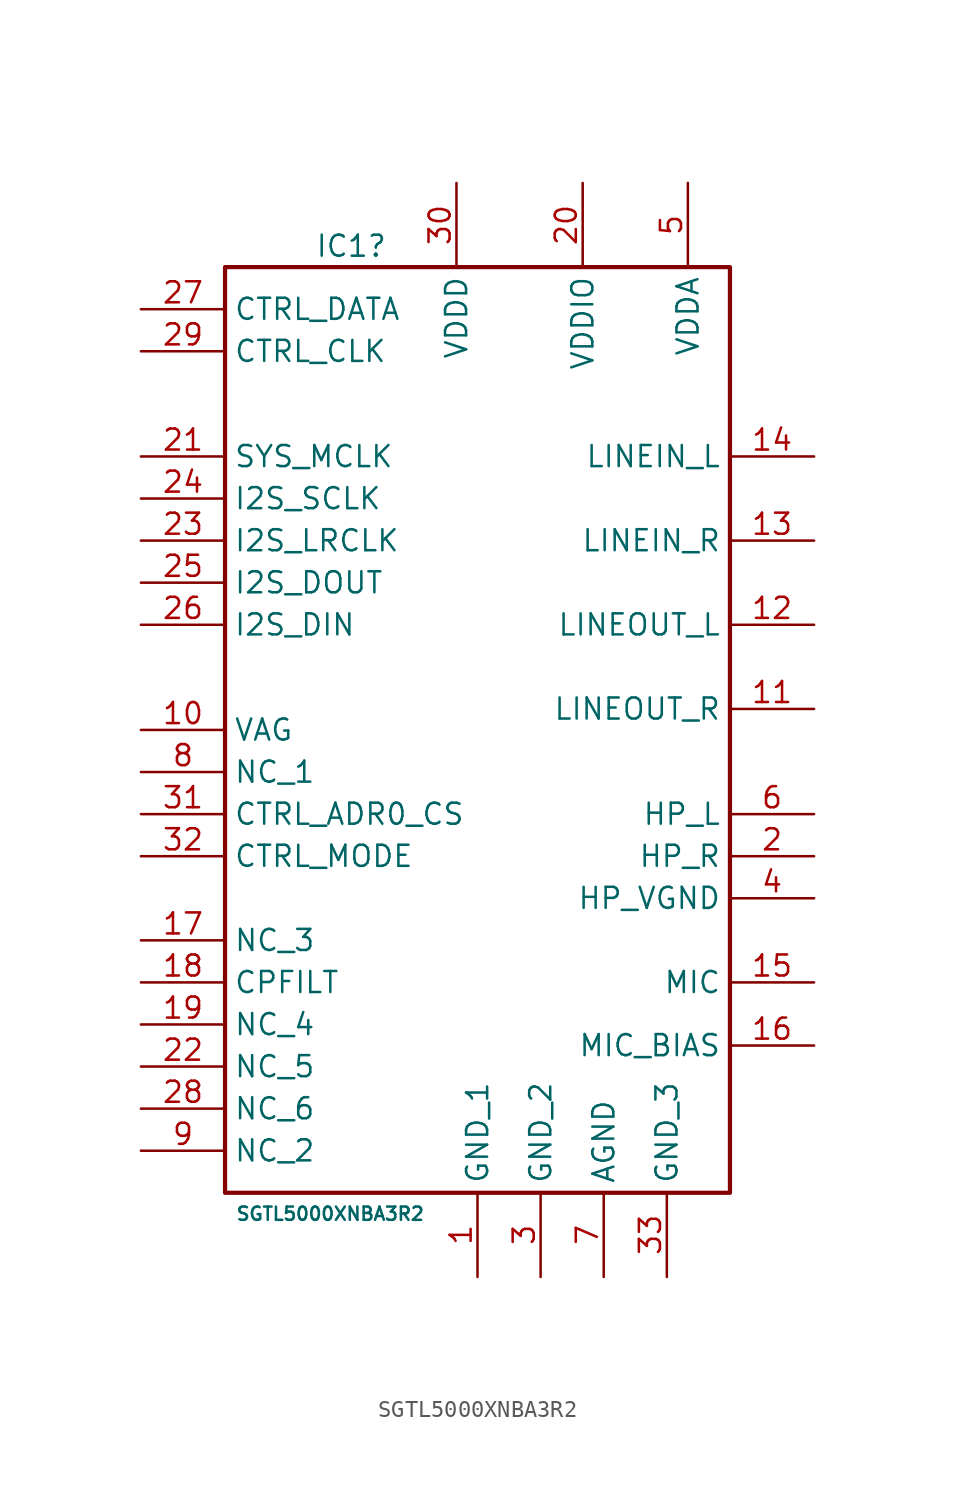
<source format=kicad_sym>
(kicad_symbol_lib
  (version 20220914)
  (generator kicad_symbol_editor)
  (symbol "SGTL5000XNBA3R2"
    (property "Reference" "IC1"
      (at 12.7 21.59 0)
      (effects (font (size 1.27 1.27))))
    (property "Value" "SGTL5000XNBA3R2"
      (at 11.43 -36.83 0)
      (effects (font (size 0.8 0.8))))
    (property "LCSC" ""
      (at 0 5.08 0)
      (effects (font (size 1.27 1.27))))
    (symbol "SGTL5000XNBA3R2_1_1"
      (rectangle (start 5.08 20.32) (end 35.56 -35.56) (stroke (width 0.254) (type default)) (fill (type none)))
      (pin passive line (at 20.32 -40.64 90) (length 5.08) (name "GND_1" (effects (font (size 1.27 1.27)))) (number "1" (effects (font (size 1.27 1.27)))))
      (pin passive line (at 0 -7.62 0) (length 5.08) (name "VAG" (effects (font (size 1.27 1.27)))) (number "10" (effects (font (size 1.27 1.27)))))
      (pin passive line (at 40.64 -6.35 180) (length 5.08) (name "LINEOUT_R" (effects (font (size 1.27 1.27)))) (number "11" (effects (font (size 1.27 1.27)))))
      (pin passive line (at 40.64 -1.27 180) (length 5.08) (name "LINEOUT_L" (effects (font (size 1.27 1.27)))) (number "12" (effects (font (size 1.27 1.27)))))
      (pin passive line (at 40.64 3.81 180) (length 5.08) (name "LINEIN_R" (effects (font (size 1.27 1.27)))) (number "13" (effects (font (size 1.27 1.27)))))
      (pin passive line (at 40.64 8.89 180) (length 5.08) (name "LINEIN_L" (effects (font (size 1.27 1.27)))) (number "14" (effects (font (size 1.27 1.27)))))
      (pin passive line (at 40.64 -22.86 180) (length 5.08) (name "MIC" (effects (font (size 1.27 1.27)))) (number "15" (effects (font (size 1.27 1.27)))))
      (pin passive line (at 40.64 -26.67 180) (length 5.08) (name "MIC_BIAS" (effects (font (size 1.27 1.27)))) (number "16" (effects (font (size 1.27 1.27)))))
      (pin passive line (at 0 -20.32 0) (length 5.08) (name "NC_3" (effects (font (size 1.27 1.27)))) (number "17" (effects (font (size 1.27 1.27)))))
      (pin passive line (at 0 -22.86 0) (length 5.08) (name "CPFILT" (effects (font (size 1.27 1.27)))) (number "18" (effects (font (size 1.27 1.27)))))
      (pin passive line (at 0 -25.4 0) (length 5.08) (name "NC_4" (effects (font (size 1.27 1.27)))) (number "19" (effects (font (size 1.27 1.27)))))
      (pin passive line (at 40.64 -15.24 180) (length 5.08) (name "HP_R" (effects (font (size 1.27 1.27)))) (number "2" (effects (font (size 1.27 1.27)))))
      (pin passive line (at 26.67 25.4 270) (length 5.08) (name "VDDIO" (effects (font (size 1.27 1.27)))) (number "20" (effects (font (size 1.27 1.27)))))
      (pin passive line (at 0 8.89 0) (length 5.08) (name "SYS_MCLK" (effects (font (size 1.27 1.27)))) (number "21" (effects (font (size 1.27 1.27)))))
      (pin passive line (at 0 -27.94 0) (length 5.08) (name "NC_5" (effects (font (size 1.27 1.27)))) (number "22" (effects (font (size 1.27 1.27)))))
      (pin passive line (at 0 3.81 0) (length 5.08) (name "I2S_LRCLK" (effects (font (size 1.27 1.27)))) (number "23" (effects (font (size 1.27 1.27)))))
      (pin passive line (at 0 6.35 0) (length 5.08) (name "I2S_SCLK" (effects (font (size 1.27 1.27)))) (number "24" (effects (font (size 1.27 1.27)))))
      (pin passive line (at 0 1.27 0) (length 5.08) (name "I2S_DOUT" (effects (font (size 1.27 1.27)))) (number "25" (effects (font (size 1.27 1.27)))))
      (pin passive line (at 0 -1.27 0) (length 5.08) (name "I2S_DIN" (effects (font (size 1.27 1.27)))) (number "26" (effects (font (size 1.27 1.27)))))
      (pin passive line (at 0 17.78 0) (length 5.08) (name "CTRL_DATA" (effects (font (size 1.27 1.27)))) (number "27" (effects (font (size 1.27 1.27)))))
      (pin passive line (at 0 -30.48 0) (length 5.08) (name "NC_6" (effects (font (size 1.27 1.27)))) (number "28" (effects (font (size 1.27 1.27)))))
      (pin passive line (at 0 15.24 0) (length 5.08) (name "CTRL_CLK" (effects (font (size 1.27 1.27)))) (number "29" (effects (font (size 1.27 1.27)))))
      (pin passive line (at 24.13 -40.64 90) (length 5.08) (name "GND_2" (effects (font (size 1.27 1.27)))) (number "3" (effects (font (size 1.27 1.27)))))
      (pin passive line (at 19.05 25.4 270) (length 5.08) (name "VDDD" (effects (font (size 1.27 1.27)))) (number "30" (effects (font (size 1.27 1.27)))))
      (pin passive line (at 0 -12.7 0) (length 5.08) (name "CTRL_ADR0_CS" (effects (font (size 1.27 1.27)))) (number "31" (effects (font (size 1.27 1.27)))))
      (pin passive line (at 0 -15.24 0) (length 5.08) (name "CTRL_MODE" (effects (font (size 1.27 1.27)))) (number "32" (effects (font (size 1.27 1.27)))))
      (pin passive line (at 31.75 -40.64 90) (length 5.08) (name "GND_3" (effects (font (size 1.27 1.27)))) (number "33" (effects (font (size 1.27 1.27)))))
      (pin passive line (at 40.64 -17.78 180) (length 5.08) (name "HP_VGND" (effects (font (size 1.27 1.27)))) (number "4" (effects (font (size 1.27 1.27)))))
      (pin passive line (at 33.02 25.4 270) (length 5.08) (name "VDDA" (effects (font (size 1.27 1.27)))) (number "5" (effects (font (size 1.27 1.27)))))
      (pin passive line (at 40.64 -12.7 180) (length 5.08) (name "HP_L" (effects (font (size 1.27 1.27)))) (number "6" (effects (font (size 1.27 1.27)))))
      (pin passive line (at 27.94 -40.64 90) (length 5.08) (name "AGND" (effects (font (size 1.27 1.27)))) (number "7" (effects (font (size 1.27 1.27)))))
      (pin passive line (at 0 -10.16 0) (length 5.08) (name "NC_1" (effects (font (size 1.27 1.27)))) (number "8" (effects (font (size 1.27 1.27)))))
      (pin passive line (at 0 -33.02 0) (length 5.08) (name "NC_2" (effects (font (size 1.27 1.27)))) (number "9" (effects (font (size 1.27 1.27))))))))
</source>
